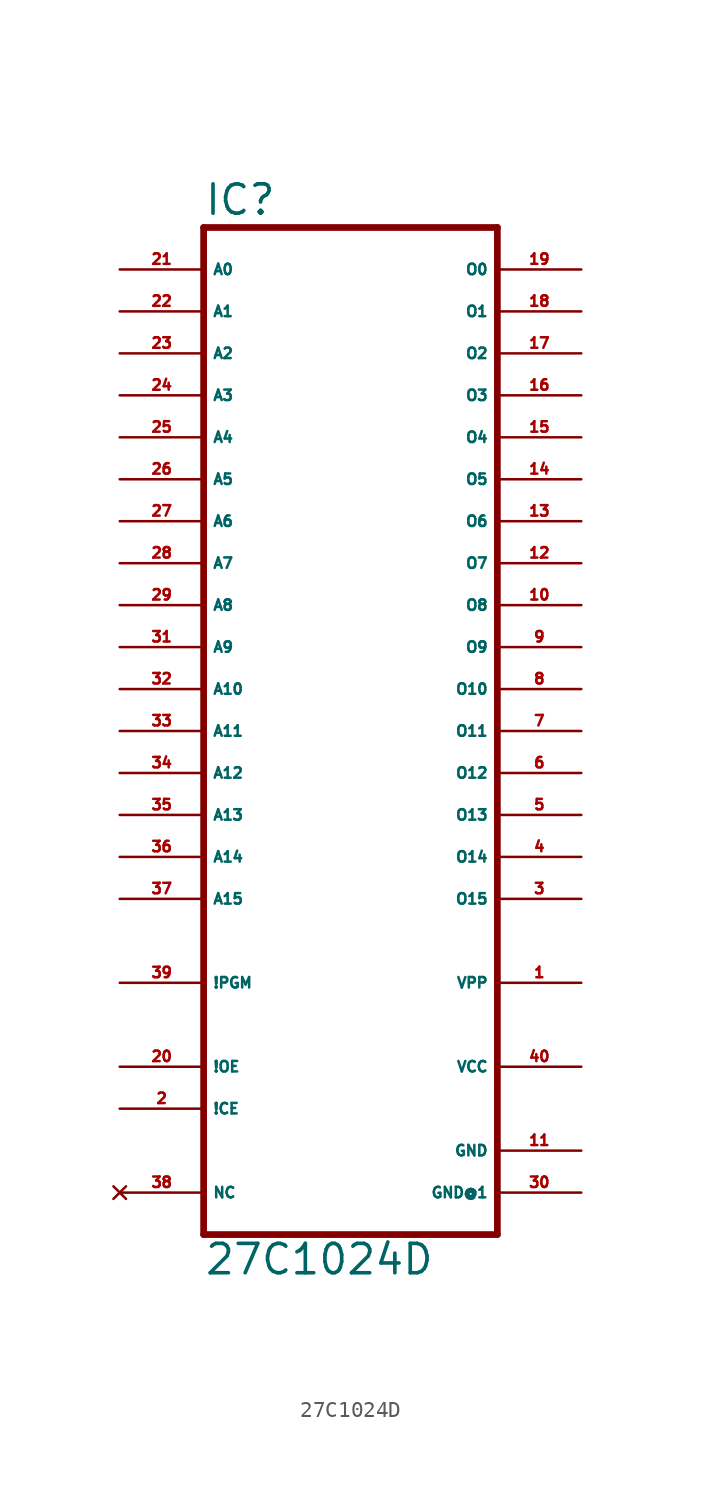
<source format=kicad_sym>
(kicad_symbol_lib
  (version 20220914)
  (generator Eagle2Kicad)
  (symbol "27C1024D"
    (property "Reference" "IC"
      (at -10.16 26.035 0)
      (effects (font (size 1.778 1.778) (thickness 0.22)) (justify left bottom)))
    (property "Value" "27C1024D"
      (at -10.16 -38.1 0)
      (effects (font (size 1.778 1.778) (thickness 0.22)) (justify left bottom)))
    (polyline
      (pts (xy -10.16 -35.56) (xy 7.62 -35.56))
      (stroke (width 0.406) (type default))
      (fill (type none)))
    (polyline
      (pts (xy 7.62 25.4) (xy 7.62 -35.56))
      (stroke (width 0.406) (type default))
      (fill (type none)))
    (polyline
      (pts (xy 7.62 25.4) (xy -10.16 25.4))
      (stroke (width 0.406) (type default))
      (fill (type none)))
    (polyline
      (pts (xy -10.16 -35.56) (xy -10.16 25.4))
      (stroke (width 0.406) (type default))
      (fill (type none)))
    (pin input line
      (at -15.24 22.86 0)
      (length 5.08)
      (name "A0" (effects (font (size 0.635 0.635) (thickness 0.08)) (justify left bottom)))
      (number "21" (effects (font (size 0.635 0.635) (thickness 0.08)) (justify left bottom))))
    (pin input line
      (at -15.24 20.32 0)
      (length 5.08)
      (name "A1" (effects (font (size 0.635 0.635) (thickness 0.08)) (justify left bottom)))
      (number "22" (effects (font (size 0.635 0.635) (thickness 0.08)) (justify left bottom))))
    (pin input line
      (at -15.24 17.78 0)
      (length 5.08)
      (name "A2" (effects (font (size 0.635 0.635) (thickness 0.08)) (justify left bottom)))
      (number "23" (effects (font (size 0.635 0.635) (thickness 0.08)) (justify left bottom))))
    (pin input line
      (at -15.24 15.24 0)
      (length 5.08)
      (name "A3" (effects (font (size 0.635 0.635) (thickness 0.08)) (justify left bottom)))
      (number "24" (effects (font (size 0.635 0.635) (thickness 0.08)) (justify left bottom))))
    (pin input line
      (at -15.24 12.7 0)
      (length 5.08)
      (name "A4" (effects (font (size 0.635 0.635) (thickness 0.08)) (justify left bottom)))
      (number "25" (effects (font (size 0.635 0.635) (thickness 0.08)) (justify left bottom))))
    (pin input line
      (at -15.24 10.16 0)
      (length 5.08)
      (name "A5" (effects (font (size 0.635 0.635) (thickness 0.08)) (justify left bottom)))
      (number "26" (effects (font (size 0.635 0.635) (thickness 0.08)) (justify left bottom))))
    (pin input line
      (at -15.24 7.62 0)
      (length 5.08)
      (name "A6" (effects (font (size 0.635 0.635) (thickness 0.08)) (justify left bottom)))
      (number "27" (effects (font (size 0.635 0.635) (thickness 0.08)) (justify left bottom))))
    (pin input line
      (at -15.24 5.08 0)
      (length 5.08)
      (name "A7" (effects (font (size 0.635 0.635) (thickness 0.08)) (justify left bottom)))
      (number "28" (effects (font (size 0.635 0.635) (thickness 0.08)) (justify left bottom))))
    (pin input line
      (at -15.24 2.54 0)
      (length 5.08)
      (name "A8" (effects (font (size 0.635 0.635) (thickness 0.08)) (justify left bottom)))
      (number "29" (effects (font (size 0.635 0.635) (thickness 0.08)) (justify left bottom))))
    (pin input line
      (at -15.24 0 0)
      (length 5.08)
      (name "A9" (effects (font (size 0.635 0.635) (thickness 0.08)) (justify left bottom)))
      (number "31" (effects (font (size 0.635 0.635) (thickness 0.08)) (justify left bottom))))
    (pin input line
      (at -15.24 -2.54 0)
      (length 5.08)
      (name "A10" (effects (font (size 0.635 0.635) (thickness 0.08)) (justify left bottom)))
      (number "32" (effects (font (size 0.635 0.635) (thickness 0.08)) (justify left bottom))))
    (pin input line
      (at -15.24 -5.08 0)
      (length 5.08)
      (name "A11" (effects (font (size 0.635 0.635) (thickness 0.08)) (justify left bottom)))
      (number "33" (effects (font (size 0.635 0.635) (thickness 0.08)) (justify left bottom))))
    (pin input line
      (at -15.24 -7.62 0)
      (length 5.08)
      (name "A12" (effects (font (size 0.635 0.635) (thickness 0.08)) (justify left bottom)))
      (number "34" (effects (font (size 0.635 0.635) (thickness 0.08)) (justify left bottom))))
    (pin input line
      (at -15.24 -10.16 0)
      (length 5.08)
      (name "A13" (effects (font (size 0.635 0.635) (thickness 0.08)) (justify left bottom)))
      (number "35" (effects (font (size 0.635 0.635) (thickness 0.08)) (justify left bottom))))
    (pin input line
      (at -15.24 -12.7 0)
      (length 5.08)
      (name "A14" (effects (font (size 0.635 0.635) (thickness 0.08)) (justify left bottom)))
      (number "36" (effects (font (size 0.635 0.635) (thickness 0.08)) (justify left bottom))))
    (pin input line
      (at -15.24 -15.24 0)
      (length 5.08)
      (name "A15" (effects (font (size 0.635 0.635) (thickness 0.08)) (justify left bottom)))
      (number "37" (effects (font (size 0.635 0.635) (thickness 0.08)) (justify left bottom))))
    (pin tri_state line
      (at 12.7 22.86 180)
      (length 5.08)
      (name "O0" (effects (font (size 0.635 0.635) (thickness 0.08)) (justify left bottom)))
      (number "19" (effects (font (size 0.635 0.635) (thickness 0.08)) (justify left bottom))))
    (pin tri_state line
      (at 12.7 20.32 180)
      (length 5.08)
      (name "O1" (effects (font (size 0.635 0.635) (thickness 0.08)) (justify left bottom)))
      (number "18" (effects (font (size 0.635 0.635) (thickness 0.08)) (justify left bottom))))
    (pin tri_state line
      (at 12.7 17.78 180)
      (length 5.08)
      (name "O2" (effects (font (size 0.635 0.635) (thickness 0.08)) (justify left bottom)))
      (number "17" (effects (font (size 0.635 0.635) (thickness 0.08)) (justify left bottom))))
    (pin tri_state line
      (at 12.7 15.24 180)
      (length 5.08)
      (name "O3" (effects (font (size 0.635 0.635) (thickness 0.08)) (justify left bottom)))
      (number "16" (effects (font (size 0.635 0.635) (thickness 0.08)) (justify left bottom))))
    (pin tri_state line
      (at 12.7 12.7 180)
      (length 5.08)
      (name "O4" (effects (font (size 0.635 0.635) (thickness 0.08)) (justify left bottom)))
      (number "15" (effects (font (size 0.635 0.635) (thickness 0.08)) (justify left bottom))))
    (pin tri_state line
      (at 12.7 10.16 180)
      (length 5.08)
      (name "O5" (effects (font (size 0.635 0.635) (thickness 0.08)) (justify left bottom)))
      (number "14" (effects (font (size 0.635 0.635) (thickness 0.08)) (justify left bottom))))
    (pin tri_state line
      (at 12.7 7.62 180)
      (length 5.08)
      (name "O6" (effects (font (size 0.635 0.635) (thickness 0.08)) (justify left bottom)))
      (number "13" (effects (font (size 0.635 0.635) (thickness 0.08)) (justify left bottom))))
    (pin tri_state line
      (at 12.7 5.08 180)
      (length 5.08)
      (name "O7" (effects (font (size 0.635 0.635) (thickness 0.08)) (justify left bottom)))
      (number "12" (effects (font (size 0.635 0.635) (thickness 0.08)) (justify left bottom))))
    (pin tri_state line
      (at 12.7 2.54 180)
      (length 5.08)
      (name "O8" (effects (font (size 0.635 0.635) (thickness 0.08)) (justify left bottom)))
      (number "10" (effects (font (size 0.635 0.635) (thickness 0.08)) (justify left bottom))))
    (pin tri_state line
      (at 12.7 0 180)
      (length 5.08)
      (name "O9" (effects (font (size 0.635 0.635) (thickness 0.08)) (justify left bottom)))
      (number "9" (effects (font (size 0.635 0.635) (thickness 0.08)) (justify left bottom))))
    (pin tri_state line
      (at 12.7 -2.54 180)
      (length 5.08)
      (name "O10" (effects (font (size 0.635 0.635) (thickness 0.08)) (justify left bottom)))
      (number "8" (effects (font (size 0.635 0.635) (thickness 0.08)) (justify left bottom))))
    (pin tri_state line
      (at 12.7 -5.08 180)
      (length 5.08)
      (name "O11" (effects (font (size 0.635 0.635) (thickness 0.08)) (justify left bottom)))
      (number "7" (effects (font (size 0.635 0.635) (thickness 0.08)) (justify left bottom))))
    (pin tri_state line
      (at 12.7 -7.62 180)
      (length 5.08)
      (name "O12" (effects (font (size 0.635 0.635) (thickness 0.08)) (justify left bottom)))
      (number "6" (effects (font (size 0.635 0.635) (thickness 0.08)) (justify left bottom))))
    (pin tri_state line
      (at 12.7 -10.16 180)
      (length 5.08)
      (name "O13" (effects (font (size 0.635 0.635) (thickness 0.08)) (justify left bottom)))
      (number "5" (effects (font (size 0.635 0.635) (thickness 0.08)) (justify left bottom))))
    (pin tri_state line
      (at 12.7 -12.7 180)
      (length 5.08)
      (name "O14" (effects (font (size 0.635 0.635) (thickness 0.08)) (justify left bottom)))
      (number "4" (effects (font (size 0.635 0.635) (thickness 0.08)) (justify left bottom))))
    (pin tri_state line
      (at 12.7 -15.24 180)
      (length 5.08)
      (name "O15" (effects (font (size 0.635 0.635) (thickness 0.08)) (justify left bottom)))
      (number "3" (effects (font (size 0.635 0.635) (thickness 0.08)) (justify left bottom))))
    (pin input line
      (at -15.24 -25.4 0)
      (length 5.08)
      (name "!OE" (effects (font (size 0.635 0.635) (thickness 0.08)) (justify left bottom)))
      (number "20" (effects (font (size 0.635 0.635) (thickness 0.08)) (justify left bottom))))
    (pin input line
      (at -15.24 -27.94 0)
      (length 5.08)
      (name "!CE" (effects (font (size 0.635 0.635) (thickness 0.08)) (justify left bottom)))
      (number "2" (effects (font (size 0.635 0.635) (thickness 0.08)) (justify left bottom))))
    (pin no_connect line
      (at -15.24 -33.02 0)
      (length 5.08)
      (name "NC" (effects (font (size 0.635 0.635) (thickness 0.08)) (justify left bottom) hide))
      (number "38" (effects (font (size 0.635 0.635) (thickness 0.08)) (justify left bottom) hide)))
    (pin unspecified line
      (at 12.7 -30.48 180)
      (length 5.08)
      (name "GND" (effects (font (size 0.635 0.635) (thickness 0.08)) (justify left bottom)))
      (number "11" (effects (font (size 0.635 0.635) (thickness 0.08)) (justify left bottom))))
    (pin unspecified line
      (at 12.7 -25.4 180)
      (length 5.08)
      (name "VCC" (effects (font (size 0.635 0.635) (thickness 0.08)) (justify left bottom)))
      (number "40" (effects (font (size 0.635 0.635) (thickness 0.08)) (justify left bottom))))
    (pin passive line
      (at 12.7 -20.32 180)
      (length 5.08)
      (name "VPP" (effects (font (size 0.635 0.635) (thickness 0.08)) (justify left bottom)))
      (number "1" (effects (font (size 0.635 0.635) (thickness 0.08)) (justify left bottom))))
    (pin unspecified line
      (at 12.7 -33.02 180)
      (length 5.08)
      (name "GND@1" (effects (font (size 0.635 0.635) (thickness 0.08)) (justify left bottom)))
      (number "30" (effects (font (size 0.635 0.635) (thickness 0.08)) (justify left bottom))))
    (pin input line
      (at -15.24 -20.32 0)
      (length 5.08)
      (name "!PGM" (effects (font (size 0.635 0.635) (thickness 0.08)) (justify left bottom)))
      (number "39" (effects (font (size 0.635 0.635) (thickness 0.08)) (justify left bottom))))))
</source>
